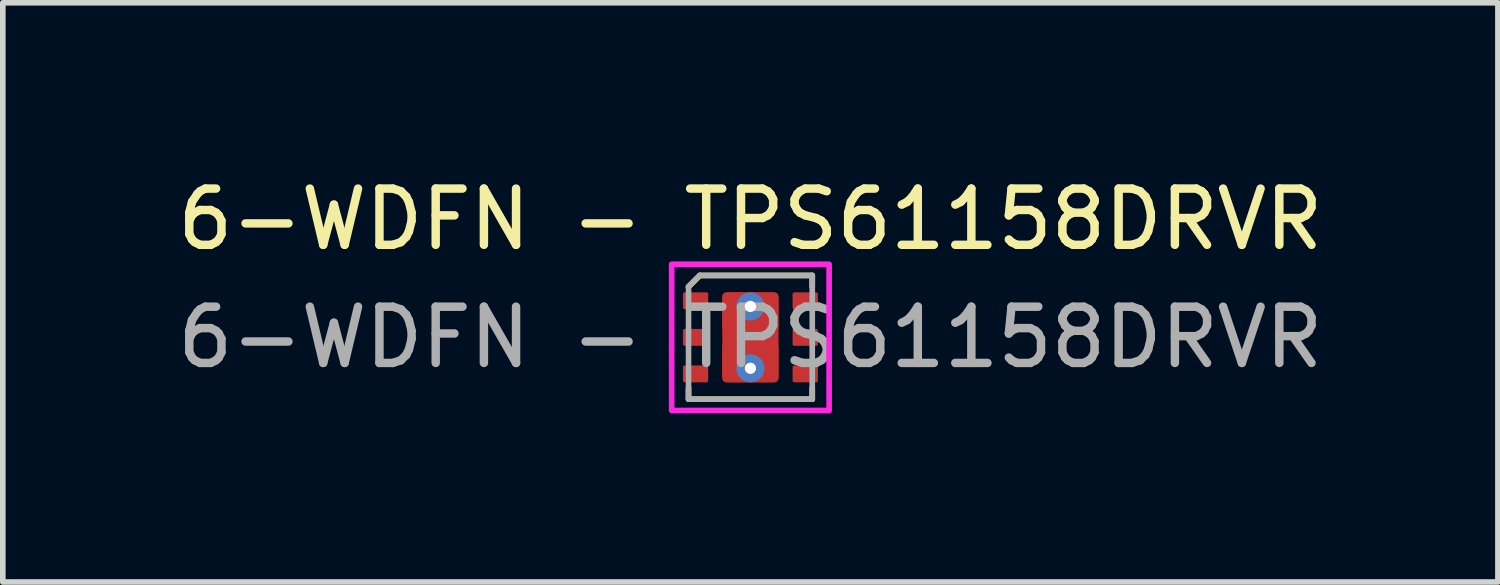
<source format=kicad_pcb>
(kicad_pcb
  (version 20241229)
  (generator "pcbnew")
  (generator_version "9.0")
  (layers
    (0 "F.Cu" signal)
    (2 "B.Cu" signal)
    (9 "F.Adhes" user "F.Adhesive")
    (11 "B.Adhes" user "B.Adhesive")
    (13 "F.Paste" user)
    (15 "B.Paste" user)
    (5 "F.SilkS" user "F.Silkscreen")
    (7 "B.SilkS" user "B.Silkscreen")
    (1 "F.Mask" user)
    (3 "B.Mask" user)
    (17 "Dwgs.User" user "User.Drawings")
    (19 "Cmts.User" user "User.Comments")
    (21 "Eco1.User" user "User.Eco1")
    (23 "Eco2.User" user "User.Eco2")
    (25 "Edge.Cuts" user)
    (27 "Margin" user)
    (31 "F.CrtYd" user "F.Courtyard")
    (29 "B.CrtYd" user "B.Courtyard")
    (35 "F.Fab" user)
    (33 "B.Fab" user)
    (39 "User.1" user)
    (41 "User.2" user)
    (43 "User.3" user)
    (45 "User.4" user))
  (footprint "6-WDFN - TPS61158DRVR"
    (layer "F.Cu")
    (at 10.292 2.948)
    (property "Reference" "6-WDFN - TPS61158DRVR" (at 0 -2.1 0) (unlocked yes) (layer "F.SilkS") (effects (font (size 1 1) (thickness 0.15))))
    (attr smd)
    (fp_line (start -1.1 0.9) (end -1.1 1.1) (stroke (width 0.1) (type default)) (layer "F.SilkS"))
    (fp_line (start -0.9 -1.1) (end -1.1 -0.9) (stroke (width 0.1) (type default)) (layer "F.SilkS"))
    (fp_line (start -0.9 -1.1) (end 1.1 -1.1) (stroke (width 0.1) (type default)) (layer "F.SilkS"))
    (fp_line (start 1.1 -1.1) (end 1.1 -0.9) (stroke (width 0.1) (type default)) (layer "F.SilkS"))
    (fp_line (start 1.1 0.9) (end 1.1 1.1) (stroke (width 0.1) (type default)) (layer "F.SilkS"))
    (fp_line (start 1.1 1.1) (end -1.1 1.1) (stroke (width 0.1) (type default)) (layer "F.SilkS"))
    (fp_rect (start -1.4 -1.3) (end 1.4 1.3) (stroke (width 0.1) (type default)) (fill no) (layer "F.CrtYd"))
    (fp_line (start -1.1 -0.9) (end -0.9 -1.1) (stroke (width 0.1) (type default)) (layer "F.Fab"))
    (fp_line (start -1.1 1.1) (end -1.1 -0.9) (stroke (width 0.1) (type default)) (layer "F.Fab"))
    (fp_line (start -0.9 -1.1) (end 1.1 -1.1) (stroke (width 0.1) (type default)) (layer "F.Fab"))
    (fp_line (start 1.1 -1.1) (end 1.1 1.1) (stroke (width 0.1) (type default)) (layer "F.Fab"))
    (fp_line (start 1.1 1.1) (end -1.05 1.1) (stroke (width 0.1) (type default)) (layer "F.Fab"))
    (fp_text user "${REFERENCE}" (at 0 0 0) (unlocked yes) (layer "F.Fab") (effects (font (size 1 1) (thickness 0.15))))
    (pad "1" smd roundrect (at -0.975 -0.65 270) (size 0.3 0.45) (layers "F.Cu" "F.Mask" "F.Paste") (roundrect_rratio 0.1))
    (pad "2" smd roundrect (at -0.975 0 270) (size 0.3 0.45) (layers "F.Cu" "F.Mask" "F.Paste") (roundrect_rratio 0.1))
    (pad "3" smd roundrect (at -0.975 0.65 270) (size 0.3 0.45) (layers "F.Cu" "F.Mask" "F.Paste") (roundrect_rratio 0.1))
    (pad "4" smd roundrect (at 0.975 0.65 270) (size 0.3 0.45) (layers "F.Cu" "F.Mask" "F.Paste") (roundrect_rratio 0.1))
    (pad "5" smd roundrect (at 0.975 0 270) (size 0.3 0.45) (layers "F.Cu" "F.Mask" "F.Paste") (roundrect_rratio 0.1))
    (pad "6" smd roundrect (at 0.975 -0.65 270) (size 0.3 0.45) (layers "F.Cu" "F.Mask" "F.Paste") (roundrect_rratio 0.1))
    (pad "7" thru_hole circle (at 0 -0.55 270) (size 0.5 0.5) (drill 0.2) (layers "*.Cu" "*.Mask"))
    (pad "7" smd roundrect (at 0 -0.45 270) (size 0.7 1) (layers "F.Cu" "F.Paste") (roundrect_rratio 0.1))
    (pad "7" smd roundrect (at 0 0 270) (size 1.6 1) (layers "F.Cu" "F.Mask") (roundrect_rratio 0.1))
    (pad "7" smd roundrect (at 0 0.45 90) (size 0.7 1) (layers "F.Cu" "F.Paste") (roundrect_rratio 0.1))
    (pad "7" thru_hole circle (at 0 0.55 90) (size 0.5 0.5) (drill 0.2) (layers "*.Cu" "*.Mask")))
  (gr_rect
    (start -3 -3)
    (end 23.583 7.298)
    (stroke (width 0.1) (type default))
    (fill no)
    (layer "Edge.Cuts")))
</source>
